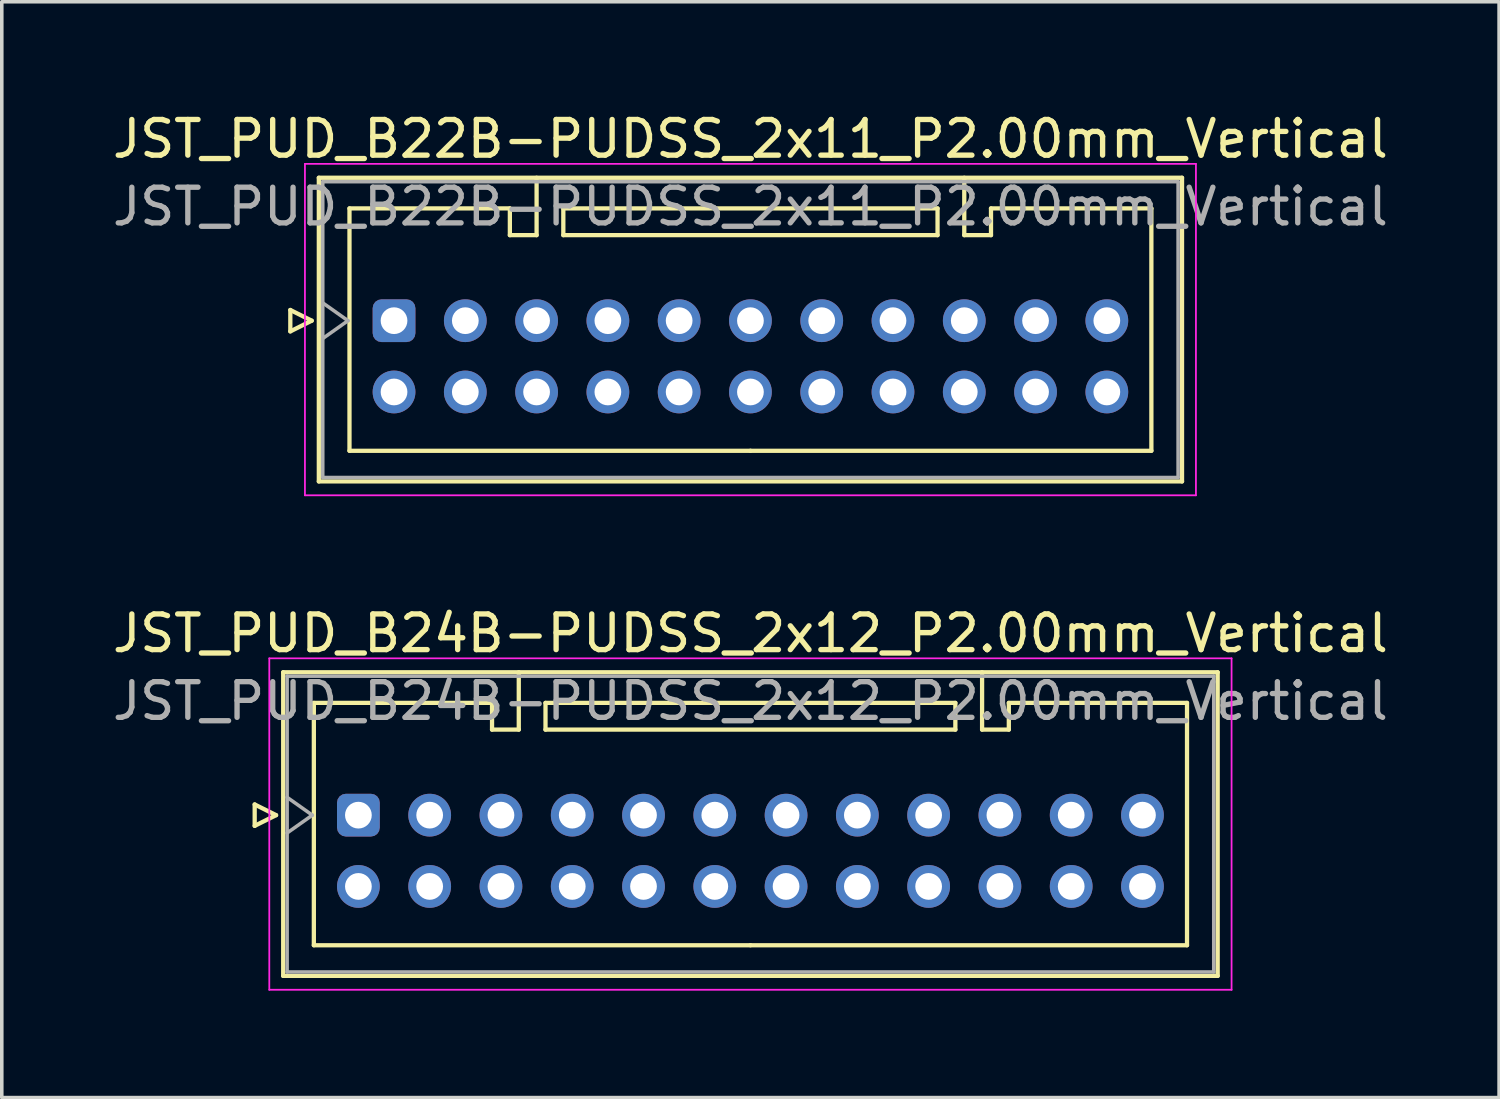
<source format=kicad_pcb>
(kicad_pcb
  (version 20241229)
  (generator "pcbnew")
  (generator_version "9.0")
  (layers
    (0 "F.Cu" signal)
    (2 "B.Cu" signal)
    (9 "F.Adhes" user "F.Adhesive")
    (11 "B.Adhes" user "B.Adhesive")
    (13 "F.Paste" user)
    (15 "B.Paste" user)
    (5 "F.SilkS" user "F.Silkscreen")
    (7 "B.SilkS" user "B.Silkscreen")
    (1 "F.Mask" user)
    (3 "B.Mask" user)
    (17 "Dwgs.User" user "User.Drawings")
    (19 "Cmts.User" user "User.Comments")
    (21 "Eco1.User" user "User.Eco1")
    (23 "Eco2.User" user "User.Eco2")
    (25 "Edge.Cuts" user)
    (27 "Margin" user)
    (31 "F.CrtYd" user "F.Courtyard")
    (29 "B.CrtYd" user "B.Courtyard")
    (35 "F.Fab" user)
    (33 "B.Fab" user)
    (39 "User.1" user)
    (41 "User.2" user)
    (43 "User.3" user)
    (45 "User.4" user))
  (footprint "JST_PUD_B22B-PUDSS_2x11_P2.00mm_Vertical"
    (layer "F.Cu")
    (at 8.006 5.948)
    (property "Reference" "JST_PUD_B22B-PUDSS_2x11_P2.00mm_Vertical" (at 10 -5.1 0) (layer "F.SilkS") (effects (font (size 1 1) (thickness 0.15))))
    (attr through_hole)
    (fp_line (start -2.91 -0.3) (end -2.31 0) (stroke (width 0.12) (type solid)) (layer "F.SilkS"))
    (fp_line (start -2.91 0.3) (end -2.91 -0.3) (stroke (width 0.12) (type solid)) (layer "F.SilkS"))
    (fp_line (start -2.31 0) (end -2.91 0.3) (stroke (width 0.12) (type solid)) (layer "F.SilkS"))
    (fp_line (start -2.11 -4.01) (end -2.11 4.51) (stroke (width 0.12) (type solid)) (layer "F.SilkS"))
    (fp_line (start -2.11 4.51) (end 22.11 4.51) (stroke (width 0.12) (type solid)) (layer "F.SilkS"))
    (fp_line (start -1.25 -3.15) (end -1.25 3.65) (stroke (width 0.12) (type solid)) (layer "F.SilkS"))
    (fp_line (start -1.25 3.65) (end 10 3.65) (stroke (width 0.12) (type solid)) (layer "F.SilkS"))
    (fp_line (start 3.25 -3.15) (end -1.25 -3.15) (stroke (width 0.12) (type solid)) (layer "F.SilkS"))
    (fp_line (start 3.25 -2.4) (end 3.25 -3.15) (stroke (width 0.12) (type solid)) (layer "F.SilkS"))
    (fp_line (start 4 -4.01) (end 4 -2.4) (stroke (width 0.12) (type solid)) (layer "F.SilkS"))
    (fp_line (start 4 -2.4) (end 3.25 -2.4) (stroke (width 0.12) (type solid)) (layer "F.SilkS"))
    (fp_line (start 4.75 -3.15) (end 4.75 -2.4) (stroke (width 0.12) (type solid)) (layer "F.SilkS"))
    (fp_line (start 4.75 -2.4) (end 15.25 -2.4) (stroke (width 0.12) (type solid)) (layer "F.SilkS"))
    (fp_line (start 15.25 -3.15) (end 4.75 -3.15) (stroke (width 0.12) (type solid)) (layer "F.SilkS"))
    (fp_line (start 15.25 -2.4) (end 15.25 -3.15) (stroke (width 0.12) (type solid)) (layer "F.SilkS"))
    (fp_line (start 16 -4.01) (end 16 -2.4) (stroke (width 0.12) (type solid)) (layer "F.SilkS"))
    (fp_line (start 16 -2.4) (end 16.75 -2.4) (stroke (width 0.12) (type solid)) (layer "F.SilkS"))
    (fp_line (start 16.75 -3.15) (end 21.25 -3.15) (stroke (width 0.12) (type solid)) (layer "F.SilkS"))
    (fp_line (start 16.75 -2.4) (end 16.75 -3.15) (stroke (width 0.12) (type solid)) (layer "F.SilkS"))
    (fp_line (start 21.25 -3.15) (end 21.25 3.65) (stroke (width 0.12) (type solid)) (layer "F.SilkS"))
    (fp_line (start 21.25 3.65) (end 10 3.65) (stroke (width 0.12) (type solid)) (layer "F.SilkS"))
    (fp_line (start 22.11 -4.01) (end -2.11 -4.01) (stroke (width 0.12) (type solid)) (layer "F.SilkS"))
    (fp_line (start 22.11 4.51) (end 22.11 -4.01) (stroke (width 0.12) (type solid)) (layer "F.SilkS"))
    (fp_line (start -2.5 -4.4) (end -2.5 4.9) (stroke (width 0.05) (type solid)) (layer "F.CrtYd"))
    (fp_line (start -2.5 4.9) (end 22.5 4.9) (stroke (width 0.05) (type solid)) (layer "F.CrtYd"))
    (fp_line (start 22.5 -4.4) (end -2.5 -4.4) (stroke (width 0.05) (type solid)) (layer "F.CrtYd"))
    (fp_line (start 22.5 4.9) (end 22.5 -4.4) (stroke (width 0.05) (type solid)) (layer "F.CrtYd"))
    (fp_line (start -2 -3.9) (end -2 4.4) (stroke (width 0.1) (type solid)) (layer "F.Fab"))
    (fp_line (start -2 0.5) (end -1.293 0) (stroke (width 0.1) (type solid)) (layer "F.Fab"))
    (fp_line (start -2 4.4) (end 22 4.4) (stroke (width 0.1) (type solid)) (layer "F.Fab"))
    (fp_line (start -1.293 0) (end -2 -0.5) (stroke (width 0.1) (type solid)) (layer "F.Fab"))
    (fp_line (start 22 -3.9) (end -2 -3.9) (stroke (width 0.1) (type solid)) (layer "F.Fab"))
    (fp_line (start 22 4.4) (end 22 -3.9) (stroke (width 0.1) (type solid)) (layer "F.Fab"))
    (fp_text user "${REFERENCE}" (at 10 -3.2 0) (layer "F.Fab") (effects (font (size 1 1) (thickness 0.15))))
    (pad "1" thru_hole roundrect (at 0 0) (size 1.2 1.2) (drill 0.75) (layers "*.Cu" "*.Mask") (roundrect_rratio 0.208))
    (pad "2" thru_hole circle (at 0 2) (size 1.2 1.2) (drill 0.75) (layers "*.Cu" "*.Mask"))
    (pad "3" thru_hole circle (at 2 0) (size 1.2 1.2) (drill 0.75) (layers "*.Cu" "*.Mask"))
    (pad "4" thru_hole circle (at 2 2) (size 1.2 1.2) (drill 0.75) (layers "*.Cu" "*.Mask"))
    (pad "5" thru_hole circle (at 4 0) (size 1.2 1.2) (drill 0.75) (layers "*.Cu" "*.Mask"))
    (pad "6" thru_hole circle (at 4 2) (size 1.2 1.2) (drill 0.75) (layers "*.Cu" "*.Mask"))
    (pad "7" thru_hole circle (at 6 0) (size 1.2 1.2) (drill 0.75) (layers "*.Cu" "*.Mask"))
    (pad "8" thru_hole circle (at 6 2) (size 1.2 1.2) (drill 0.75) (layers "*.Cu" "*.Mask"))
    (pad "9" thru_hole circle (at 8 0) (size 1.2 1.2) (drill 0.75) (layers "*.Cu" "*.Mask"))
    (pad "10" thru_hole circle (at 8 2) (size 1.2 1.2) (drill 0.75) (layers "*.Cu" "*.Mask"))
    (pad "11" thru_hole circle (at 10 0) (size 1.2 1.2) (drill 0.75) (layers "*.Cu" "*.Mask"))
    (pad "12" thru_hole circle (at 10 2) (size 1.2 1.2) (drill 0.75) (layers "*.Cu" "*.Mask"))
    (pad "13" thru_hole circle (at 12 0) (size 1.2 1.2) (drill 0.75) (layers "*.Cu" "*.Mask"))
    (pad "14" thru_hole circle (at 12 2) (size 1.2 1.2) (drill 0.75) (layers "*.Cu" "*.Mask"))
    (pad "15" thru_hole circle (at 14 0) (size 1.2 1.2) (drill 0.75) (layers "*.Cu" "*.Mask"))
    (pad "16" thru_hole circle (at 14 2) (size 1.2 1.2) (drill 0.75) (layers "*.Cu" "*.Mask"))
    (pad "17" thru_hole circle (at 16 0) (size 1.2 1.2) (drill 0.75) (layers "*.Cu" "*.Mask"))
    (pad "18" thru_hole circle (at 16 2) (size 1.2 1.2) (drill 0.75) (layers "*.Cu" "*.Mask"))
    (pad "19" thru_hole circle (at 18 0) (size 1.2 1.2) (drill 0.75) (layers "*.Cu" "*.Mask"))
    (pad "20" thru_hole circle (at 18 2) (size 1.2 1.2) (drill 0.75) (layers "*.Cu" "*.Mask"))
    (pad "21" thru_hole circle (at 20 0) (size 1.2 1.2) (drill 0.75) (layers "*.Cu" "*.Mask"))
    (pad "22" thru_hole circle (at 20 2) (size 1.2 1.2) (drill 0.75) (layers "*.Cu" "*.Mask")))
  (footprint "JST_PUD_B24B-PUDSS_2x12_P2.00mm_Vertical"
    (layer "F.Cu")
    (at 7.006 19.822)
    (property "Reference" "JST_PUD_B24B-PUDSS_2x12_P2.00mm_Vertical" (at 11 -5.1 0) (layer "F.SilkS") (effects (font (size 1 1) (thickness 0.15))))
    (attr through_hole)
    (fp_line (start -2.91 -0.3) (end -2.31 0) (stroke (width 0.12) (type solid)) (layer "F.SilkS"))
    (fp_line (start -2.91 0.3) (end -2.91 -0.3) (stroke (width 0.12) (type solid)) (layer "F.SilkS"))
    (fp_line (start -2.31 0) (end -2.91 0.3) (stroke (width 0.12) (type solid)) (layer "F.SilkS"))
    (fp_line (start -2.11 -4.01) (end -2.11 4.51) (stroke (width 0.12) (type solid)) (layer "F.SilkS"))
    (fp_line (start -2.11 4.51) (end 24.11 4.51) (stroke (width 0.12) (type solid)) (layer "F.SilkS"))
    (fp_line (start -1.25 -3.15) (end -1.25 3.65) (stroke (width 0.12) (type solid)) (layer "F.SilkS"))
    (fp_line (start -1.25 3.65) (end 11 3.65) (stroke (width 0.12) (type solid)) (layer "F.SilkS"))
    (fp_line (start 3.75 -3.15) (end -1.25 -3.15) (stroke (width 0.12) (type solid)) (layer "F.SilkS"))
    (fp_line (start 3.75 -2.4) (end 3.75 -3.15) (stroke (width 0.12) (type solid)) (layer "F.SilkS"))
    (fp_line (start 4.5 -4.01) (end 4.5 -2.4) (stroke (width 0.12) (type solid)) (layer "F.SilkS"))
    (fp_line (start 4.5 -2.4) (end 3.75 -2.4) (stroke (width 0.12) (type solid)) (layer "F.SilkS"))
    (fp_line (start 5.25 -3.15) (end 5.25 -2.4) (stroke (width 0.12) (type solid)) (layer "F.SilkS"))
    (fp_line (start 5.25 -2.4) (end 16.75 -2.4) (stroke (width 0.12) (type solid)) (layer "F.SilkS"))
    (fp_line (start 16.75 -3.15) (end 5.25 -3.15) (stroke (width 0.12) (type solid)) (layer "F.SilkS"))
    (fp_line (start 16.75 -2.4) (end 16.75 -3.15) (stroke (width 0.12) (type solid)) (layer "F.SilkS"))
    (fp_line (start 17.5 -4.01) (end 17.5 -2.4) (stroke (width 0.12) (type solid)) (layer "F.SilkS"))
    (fp_line (start 17.5 -2.4) (end 18.25 -2.4) (stroke (width 0.12) (type solid)) (layer "F.SilkS"))
    (fp_line (start 18.25 -3.15) (end 23.25 -3.15) (stroke (width 0.12) (type solid)) (layer "F.SilkS"))
    (fp_line (start 18.25 -2.4) (end 18.25 -3.15) (stroke (width 0.12) (type solid)) (layer "F.SilkS"))
    (fp_line (start 23.25 -3.15) (end 23.25 3.65) (stroke (width 0.12) (type solid)) (layer "F.SilkS"))
    (fp_line (start 23.25 3.65) (end 11 3.65) (stroke (width 0.12) (type solid)) (layer "F.SilkS"))
    (fp_line (start 24.11 -4.01) (end -2.11 -4.01) (stroke (width 0.12) (type solid)) (layer "F.SilkS"))
    (fp_line (start 24.11 4.51) (end 24.11 -4.01) (stroke (width 0.12) (type solid)) (layer "F.SilkS"))
    (fp_line (start -2.5 -4.4) (end -2.5 4.9) (stroke (width 0.05) (type solid)) (layer "F.CrtYd"))
    (fp_line (start -2.5 4.9) (end 24.5 4.9) (stroke (width 0.05) (type solid)) (layer "F.CrtYd"))
    (fp_line (start 24.5 -4.4) (end -2.5 -4.4) (stroke (width 0.05) (type solid)) (layer "F.CrtYd"))
    (fp_line (start 24.5 4.9) (end 24.5 -4.4) (stroke (width 0.05) (type solid)) (layer "F.CrtYd"))
    (fp_line (start -2 -3.9) (end -2 4.4) (stroke (width 0.1) (type solid)) (layer "F.Fab"))
    (fp_line (start -2 0.5) (end -1.293 0) (stroke (width 0.1) (type solid)) (layer "F.Fab"))
    (fp_line (start -2 4.4) (end 24 4.4) (stroke (width 0.1) (type solid)) (layer "F.Fab"))
    (fp_line (start -1.293 0) (end -2 -0.5) (stroke (width 0.1) (type solid)) (layer "F.Fab"))
    (fp_line (start 24 -3.9) (end -2 -3.9) (stroke (width 0.1) (type solid)) (layer "F.Fab"))
    (fp_line (start 24 4.4) (end 24 -3.9) (stroke (width 0.1) (type solid)) (layer "F.Fab"))
    (fp_text user "${REFERENCE}" (at 11 -3.2 0) (layer "F.Fab") (effects (font (size 1 1) (thickness 0.15))))
    (pad "1" thru_hole roundrect (at 0 0) (size 1.2 1.2) (drill 0.75) (layers "*.Cu" "*.Mask") (roundrect_rratio 0.208))
    (pad "2" thru_hole circle (at 0 2) (size 1.2 1.2) (drill 0.75) (layers "*.Cu" "*.Mask"))
    (pad "3" thru_hole circle (at 2 0) (size 1.2 1.2) (drill 0.75) (layers "*.Cu" "*.Mask"))
    (pad "4" thru_hole circle (at 2 2) (size 1.2 1.2) (drill 0.75) (layers "*.Cu" "*.Mask"))
    (pad "5" thru_hole circle (at 4 0) (size 1.2 1.2) (drill 0.75) (layers "*.Cu" "*.Mask"))
    (pad "6" thru_hole circle (at 4 2) (size 1.2 1.2) (drill 0.75) (layers "*.Cu" "*.Mask"))
    (pad "7" thru_hole circle (at 6 0) (size 1.2 1.2) (drill 0.75) (layers "*.Cu" "*.Mask"))
    (pad "8" thru_hole circle (at 6 2) (size 1.2 1.2) (drill 0.75) (layers "*.Cu" "*.Mask"))
    (pad "9" thru_hole circle (at 8 0) (size 1.2 1.2) (drill 0.75) (layers "*.Cu" "*.Mask"))
    (pad "10" thru_hole circle (at 8 2) (size 1.2 1.2) (drill 0.75) (layers "*.Cu" "*.Mask"))
    (pad "11" thru_hole circle (at 10 0) (size 1.2 1.2) (drill 0.75) (layers "*.Cu" "*.Mask"))
    (pad "12" thru_hole circle (at 10 2) (size 1.2 1.2) (drill 0.75) (layers "*.Cu" "*.Mask"))
    (pad "13" thru_hole circle (at 12 0) (size 1.2 1.2) (drill 0.75) (layers "*.Cu" "*.Mask"))
    (pad "14" thru_hole circle (at 12 2) (size 1.2 1.2) (drill 0.75) (layers "*.Cu" "*.Mask"))
    (pad "15" thru_hole circle (at 14 0) (size 1.2 1.2) (drill 0.75) (layers "*.Cu" "*.Mask"))
    (pad "16" thru_hole circle (at 14 2) (size 1.2 1.2) (drill 0.75) (layers "*.Cu" "*.Mask"))
    (pad "17" thru_hole circle (at 16 0) (size 1.2 1.2) (drill 0.75) (layers "*.Cu" "*.Mask"))
    (pad "18" thru_hole circle (at 16 2) (size 1.2 1.2) (drill 0.75) (layers "*.Cu" "*.Mask"))
    (pad "19" thru_hole circle (at 18 0) (size 1.2 1.2) (drill 0.75) (layers "*.Cu" "*.Mask"))
    (pad "20" thru_hole circle (at 18 2) (size 1.2 1.2) (drill 0.75) (layers "*.Cu" "*.Mask"))
    (pad "21" thru_hole circle (at 20 0) (size 1.2 1.2) (drill 0.75) (layers "*.Cu" "*.Mask"))
    (pad "22" thru_hole circle (at 20 2) (size 1.2 1.2) (drill 0.75) (layers "*.Cu" "*.Mask"))
    (pad "23" thru_hole circle (at 22 0) (size 1.2 1.2) (drill 0.75) (layers "*.Cu" "*.Mask"))
    (pad "24" thru_hole circle (at 22 2) (size 1.2 1.2) (drill 0.75) (layers "*.Cu" "*.Mask")))
  (gr_rect
    (start -3 -3)
    (end 39.012 27.747)
    (stroke (width 0.1) (type default))
    (fill no)
    (layer "Edge.Cuts")))
</source>
